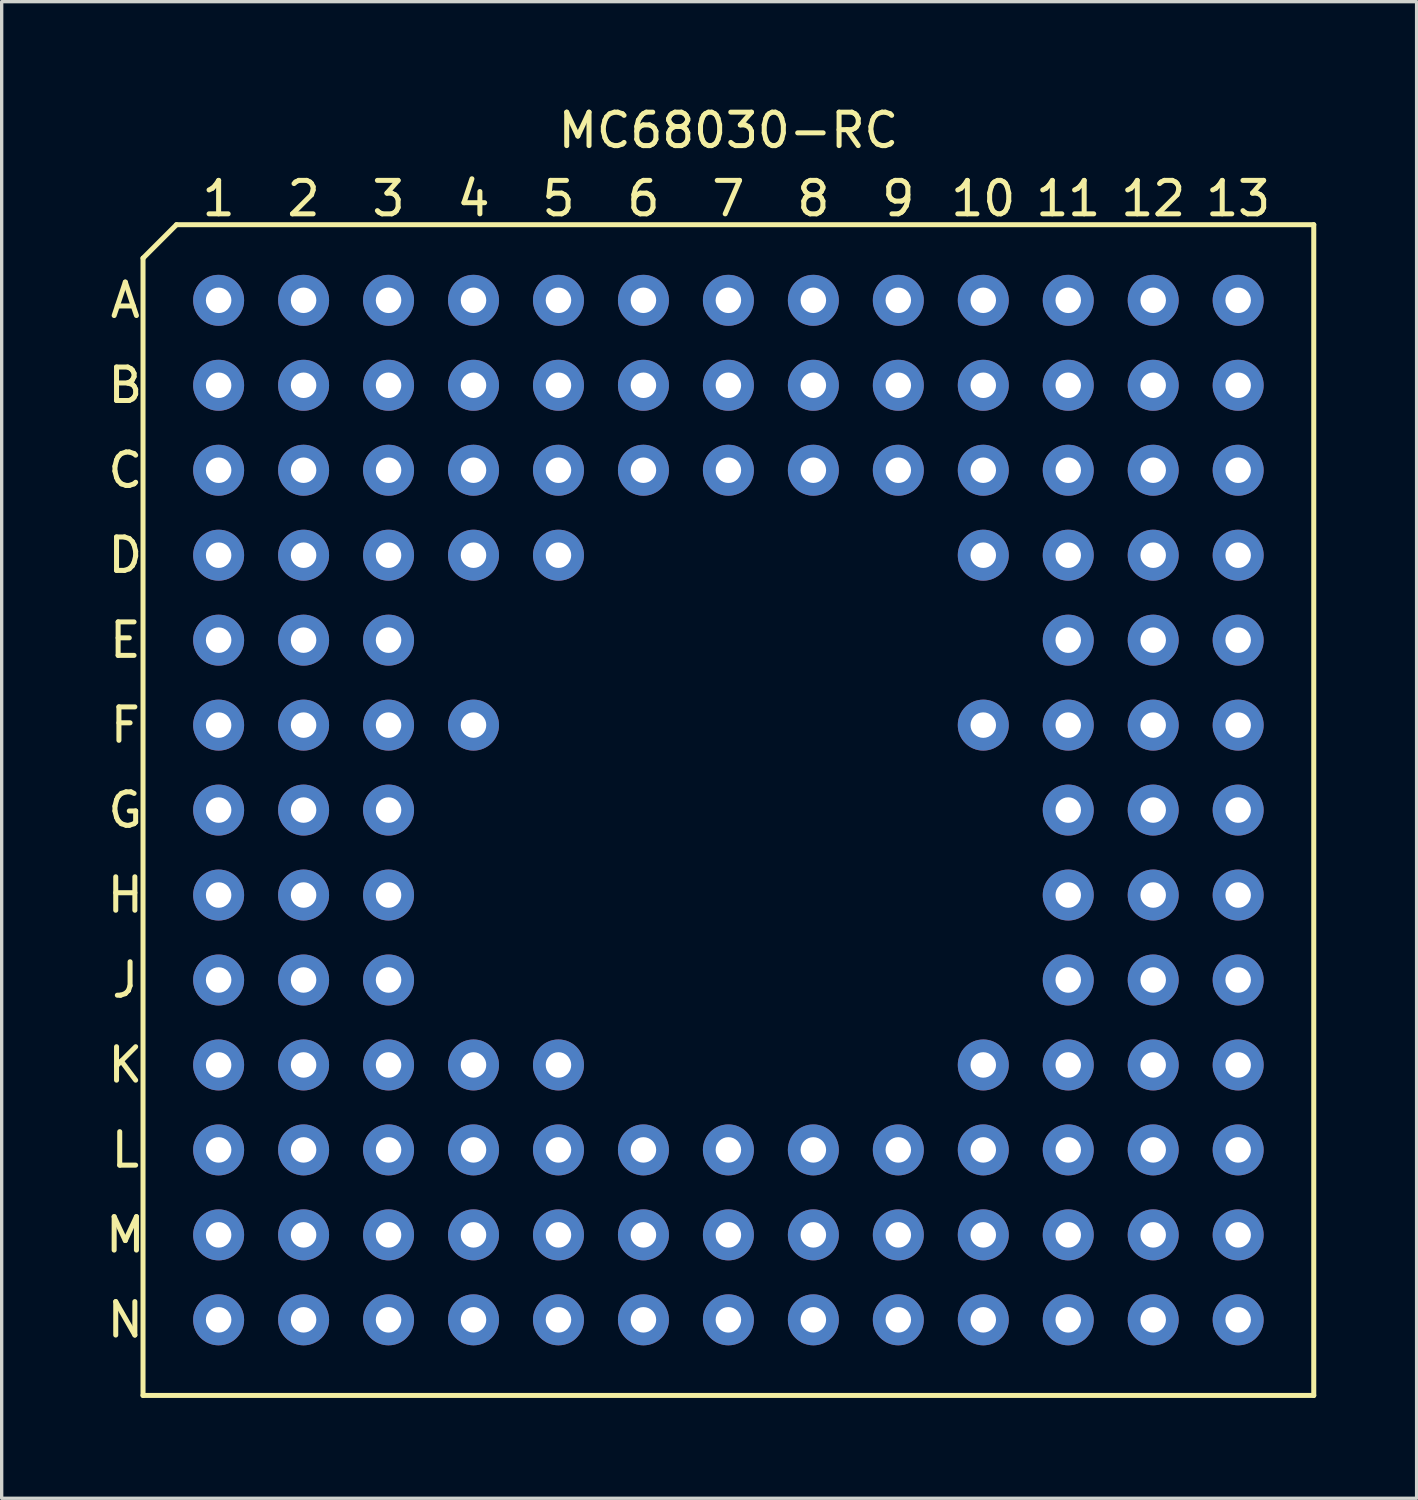
<source format=kicad_pcb>
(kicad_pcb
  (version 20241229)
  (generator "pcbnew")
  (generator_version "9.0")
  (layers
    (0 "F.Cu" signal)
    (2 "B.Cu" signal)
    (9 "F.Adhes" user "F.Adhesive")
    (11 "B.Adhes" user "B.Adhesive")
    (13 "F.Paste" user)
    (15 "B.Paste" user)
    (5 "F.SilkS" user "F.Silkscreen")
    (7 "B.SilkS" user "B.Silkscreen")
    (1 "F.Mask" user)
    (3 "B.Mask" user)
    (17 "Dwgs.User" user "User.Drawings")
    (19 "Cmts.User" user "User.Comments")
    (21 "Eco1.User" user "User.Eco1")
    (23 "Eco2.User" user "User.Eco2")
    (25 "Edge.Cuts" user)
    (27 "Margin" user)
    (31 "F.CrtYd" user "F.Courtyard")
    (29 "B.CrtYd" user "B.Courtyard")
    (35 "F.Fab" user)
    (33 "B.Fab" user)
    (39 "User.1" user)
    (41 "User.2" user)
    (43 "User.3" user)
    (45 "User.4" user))
  (footprint "MC68030-RC"
    (layer "F.Cu")
    (at 18.726 21.168)
    (property "Reference" "MC68030-RC" (at 0 -20.32 0) (layer "F.SilkS") (effects (font (size 1 1) (thickness 0.15))))
    (attr through_hole)
    (fp_line (start -17.5 -16.5) (end -17.5 17.5) (stroke (width 0.15) (type solid)) (layer "F.SilkS"))
    (fp_line (start -17.5 -16.5) (end -16.5 -17.5) (stroke (width 0.15) (type solid)) (layer "F.SilkS"))
    (fp_line (start -17.5 17.5) (end 17.5 17.5) (stroke (width 0.15) (type solid)) (layer "F.SilkS"))
    (fp_line (start 17.5 -17.5) (end -16.5 -17.5) (stroke (width 0.15) (type solid)) (layer "F.SilkS"))
    (fp_line (start 17.5 17.5) (end 17.5 -17.5) (stroke (width 0.15) (type solid)) (layer "F.SilkS"))
    (fp_text user "A" (at -18.03 -15.24 180) (layer "F.SilkS") (effects (font (size 1 1) (thickness 0.15))))
    (fp_text user "5" (at -5.08 -18.28 180) (layer "F.SilkS") (effects (font (size 1 1) (thickness 0.15))))
    (fp_text user "D" (at -18.03 -7.62 180) (layer "F.SilkS") (effects (font (size 1 1) (thickness 0.15))))
    (fp_text user "M" (at -18.03 12.7 180) (layer "F.SilkS") (effects (font (size 1 1) (thickness 0.15))))
    (fp_text user "4" (at -7.62 -18.28 180) (layer "F.SilkS") (effects (font (size 1 1) (thickness 0.15))))
    (fp_text user "2" (at -12.7 -18.28 180) (layer "F.SilkS") (effects (font (size 1 1) (thickness 0.15))))
    (fp_text user "13" (at 15.24 -18.28 180) (layer "F.SilkS") (effects (font (size 1 1) (thickness 0.15))))
    (fp_text user "B" (at -18.03 -12.7 180) (layer "F.SilkS") (effects (font (size 1 1) (thickness 0.15))))
    (fp_text user "G" (at -18.03 0 180) (layer "F.SilkS") (effects (font (size 1 1) (thickness 0.15))))
    (fp_text user "12" (at 12.7 -18.28 180) (layer "F.SilkS") (effects (font (size 1 1) (thickness 0.15))))
    (fp_text user "8" (at 2.54 -18.28 180) (layer "F.SilkS") (effects (font (size 1 1) (thickness 0.15))))
    (fp_text user "E" (at -18.03 -5.08 180) (layer "F.SilkS") (effects (font (size 1 1) (thickness 0.15))))
    (fp_text user "1" (at -15.24 -18.28 180) (layer "F.SilkS") (effects (font (size 1 1) (thickness 0.15))))
    (fp_text user "F" (at -18.03 -2.54 180) (layer "F.SilkS") (effects (font (size 1 1) (thickness 0.15))))
    (fp_text user "3" (at -10.16 -18.28 180) (layer "F.SilkS") (effects (font (size 1 1) (thickness 0.15))))
    (fp_text user "9" (at 5.08 -18.28 180) (layer "F.SilkS") (effects (font (size 1 1) (thickness 0.15))))
    (fp_text user "N" (at -18.03 15.24 180) (layer "F.SilkS") (effects (font (size 1 1) (thickness 0.15))))
    (fp_text user "K" (at -18.03 7.62 180) (layer "F.SilkS") (effects (font (size 1 1) (thickness 0.15))))
    (fp_text user "L" (at -18.03 10.16 180) (layer "F.SilkS") (effects (font (size 1 1) (thickness 0.15))))
    (fp_text user "7" (at 0 -18.28 180) (layer "F.SilkS") (effects (font (size 1 1) (thickness 0.15))))
    (fp_text user "10" (at 7.62 -18.28 180) (layer "F.SilkS") (effects (font (size 1 1) (thickness 0.15))))
    (fp_text user "C" (at -18.03 -10.16 180) (layer "F.SilkS") (effects (font (size 1 1) (thickness 0.15))))
    (fp_text user "J" (at -18.03 5.08 180) (layer "F.SilkS") (effects (font (size 1 1) (thickness 0.15))))
    (fp_text user "6" (at -2.54 -18.28 180) (layer "F.SilkS") (effects (font (size 1 1) (thickness 0.15))))
    (fp_text user "11" (at 10.16 -18.28 180) (layer "F.SilkS") (effects (font (size 1 1) (thickness 0.15))))
    (fp_text user "H" (at -18.03 2.54 180) (layer "F.SilkS") (effects (font (size 1 1) (thickness 0.15))))
    (pad "A1" thru_hole circle (at -15.24 -15.24 270) (size 1.524 1.524) (drill 0.762) (layers "*.Cu" "*.Mask"))
    (pad "A2" thru_hole circle (at -12.7 -15.24 270) (size 1.524 1.524) (drill 0.762) (layers "*.Cu" "*.Mask"))
    (pad "A3" thru_hole circle (at -10.16 -15.24 270) (size 1.524 1.524) (drill 0.762) (layers "*.Cu" "*.Mask"))
    (pad "A4" thru_hole circle (at -7.62 -15.24 270) (size 1.524 1.524) (drill 0.762) (layers "*.Cu" "*.Mask"))
    (pad "A5" thru_hole circle (at -5.08 -15.24 270) (size 1.524 1.524) (drill 0.762) (layers "*.Cu" "*.Mask"))
    (pad "A6" thru_hole circle (at -2.54 -15.24 270) (size 1.524 1.524) (drill 0.762) (layers "*.Cu" "*.Mask"))
    (pad "A7" thru_hole circle (at 0 -15.24 270) (size 1.524 1.524) (drill 0.762) (layers "*.Cu" "*.Mask"))
    (pad "A8" thru_hole circle (at 2.54 -15.24 270) (size 1.524 1.524) (drill 0.762) (layers "*.Cu" "*.Mask"))
    (pad "A9" thru_hole circle (at 5.08 -15.24 270) (size 1.524 1.524) (drill 0.762) (layers "*.Cu" "*.Mask"))
    (pad "A10" thru_hole circle (at 7.62 -15.24 270) (size 1.524 1.524) (drill 0.762) (layers "*.Cu" "*.Mask"))
    (pad "A11" thru_hole circle (at 10.16 -15.24 270) (size 1.524 1.524) (drill 0.762) (layers "*.Cu" "*.Mask"))
    (pad "A12" thru_hole circle (at 12.7 -15.24 270) (size 1.524 1.524) (drill 0.762) (layers "*.Cu" "*.Mask"))
    (pad "A13" thru_hole circle (at 15.24 -15.24 270) (size 1.524 1.524) (drill 0.762) (layers "*.Cu" "*.Mask"))
    (pad "B1" thru_hole circle (at -15.24 -12.7 270) (size 1.524 1.524) (drill 0.762) (layers "*.Cu" "*.Mask"))
    (pad "B2" thru_hole circle (at -12.7 -12.7 270) (size 1.524 1.524) (drill 0.762) (layers "*.Cu" "*.Mask"))
    (pad "B3" thru_hole circle (at -10.16 -12.7 270) (size 1.524 1.524) (drill 0.762) (layers "*.Cu" "*.Mask"))
    (pad "B4" thru_hole circle (at -7.62 -12.7 270) (size 1.524 1.524) (drill 0.762) (layers "*.Cu" "*.Mask"))
    (pad "B5" thru_hole circle (at -5.08 -12.7 270) (size 1.524 1.524) (drill 0.762) (layers "*.Cu" "*.Mask"))
    (pad "B6" thru_hole circle (at -2.54 -12.7 270) (size 1.524 1.524) (drill 0.762) (layers "*.Cu" "*.Mask"))
    (pad "B7" thru_hole circle (at 0 -12.7 270) (size 1.524 1.524) (drill 0.762) (layers "*.Cu" "*.Mask"))
    (pad "B8" thru_hole circle (at 2.54 -12.7 270) (size 1.524 1.524) (drill 0.762) (layers "*.Cu" "*.Mask"))
    (pad "B9" thru_hole circle (at 5.08 -12.7 270) (size 1.524 1.524) (drill 0.762) (layers "*.Cu" "*.Mask"))
    (pad "B10" thru_hole circle (at 7.62 -12.7 270) (size 1.524 1.524) (drill 0.762) (layers "*.Cu" "*.Mask"))
    (pad "B11" thru_hole circle (at 10.16 -12.7 270) (size 1.524 1.524) (drill 0.762) (layers "*.Cu" "*.Mask"))
    (pad "B12" thru_hole circle (at 12.7 -12.7 270) (size 1.524 1.524) (drill 0.762) (layers "*.Cu" "*.Mask"))
    (pad "B13" thru_hole circle (at 15.24 -12.7 270) (size 1.524 1.524) (drill 0.762) (layers "*.Cu" "*.Mask"))
    (pad "C1" thru_hole circle (at -15.24 -10.16 270) (size 1.524 1.524) (drill 0.762) (layers "*.Cu" "*.Mask"))
    (pad "C2" thru_hole circle (at -12.7 -10.16 270) (size 1.524 1.524) (drill 0.762) (layers "*.Cu" "*.Mask"))
    (pad "C3" thru_hole circle (at -10.16 -10.16 270) (size 1.524 1.524) (drill 0.762) (layers "*.Cu" "*.Mask"))
    (pad "C4" thru_hole circle (at -7.62 -10.16 270) (size 1.524 1.524) (drill 0.762) (layers "*.Cu" "*.Mask"))
    (pad "C5" thru_hole circle (at -5.08 -10.16 270) (size 1.524 1.524) (drill 0.762) (layers "*.Cu" "*.Mask"))
    (pad "C6" thru_hole circle (at -2.54 -10.16 270) (size 1.524 1.524) (drill 0.762) (layers "*.Cu" "*.Mask"))
    (pad "C7" thru_hole circle (at 0 -10.16 270) (size 1.524 1.524) (drill 0.762) (layers "*.Cu" "*.Mask"))
    (pad "C8" thru_hole circle (at 2.54 -10.16 270) (size 1.524 1.524) (drill 0.762) (layers "*.Cu" "*.Mask"))
    (pad "C9" thru_hole circle (at 5.08 -10.16 270) (size 1.524 1.524) (drill 0.762) (layers "*.Cu" "*.Mask"))
    (pad "C10" thru_hole circle (at 7.62 -10.16 270) (size 1.524 1.524) (drill 0.762) (layers "*.Cu" "*.Mask"))
    (pad "C11" thru_hole circle (at 10.16 -10.16 270) (size 1.524 1.524) (drill 0.762) (layers "*.Cu" "*.Mask"))
    (pad "C12" thru_hole circle (at 12.7 -10.16 270) (size 1.524 1.524) (drill 0.762) (layers "*.Cu" "*.Mask"))
    (pad "C13" thru_hole circle (at 15.24 -10.16 270) (size 1.524 1.524) (drill 0.762) (layers "*.Cu" "*.Mask"))
    (pad "D1" thru_hole circle (at -15.24 -7.62 270) (size 1.524 1.524) (drill 0.762) (layers "*.Cu" "*.Mask"))
    (pad "D2" thru_hole circle (at -12.7 -7.62 270) (size 1.524 1.524) (drill 0.762) (layers "*.Cu" "*.Mask"))
    (pad "D3" thru_hole circle (at -10.16 -7.62 270) (size 1.524 1.524) (drill 0.762) (layers "*.Cu" "*.Mask"))
    (pad "D4" thru_hole circle (at -7.62 -7.62 270) (size 1.524 1.524) (drill 0.762) (layers "*.Cu" "*.Mask"))
    (pad "D5" thru_hole circle (at -5.08 -7.62 270) (size 1.524 1.524) (drill 0.762) (layers "*.Cu" "*.Mask"))
    (pad "D10" thru_hole circle (at 7.62 -7.62 270) (size 1.524 1.524) (drill 0.762) (layers "*.Cu" "*.Mask"))
    (pad "D11" thru_hole circle (at 10.16 -7.62 270) (size 1.524 1.524) (drill 0.762) (layers "*.Cu" "*.Mask"))
    (pad "D12" thru_hole circle (at 12.7 -7.62 270) (size 1.524 1.524) (drill 0.762) (layers "*.Cu" "*.Mask"))
    (pad "D13" thru_hole circle (at 15.24 -7.62 270) (size 1.524 1.524) (drill 0.762) (layers "*.Cu" "*.Mask"))
    (pad "E1" thru_hole circle (at -15.24 -5.08 270) (size 1.524 1.524) (drill 0.762) (layers "*.Cu" "*.Mask"))
    (pad "E2" thru_hole circle (at -12.7 -5.08 270) (size 1.524 1.524) (drill 0.762) (layers "*.Cu" "*.Mask"))
    (pad "E3" thru_hole circle (at -10.16 -5.08 270) (size 1.524 1.524) (drill 0.762) (layers "*.Cu" "*.Mask"))
    (pad "E11" thru_hole circle (at 10.16 -5.08 270) (size 1.524 1.524) (drill 0.762) (layers "*.Cu" "*.Mask"))
    (pad "E12" thru_hole circle (at 12.7 -5.08 270) (size 1.524 1.524) (drill 0.762) (layers "*.Cu" "*.Mask"))
    (pad "E13" thru_hole circle (at 15.24 -5.08 270) (size 1.524 1.524) (drill 0.762) (layers "*.Cu" "*.Mask"))
    (pad "F1" thru_hole circle (at -15.24 -2.54 270) (size 1.524 1.524) (drill 0.762) (layers "*.Cu" "*.Mask"))
    (pad "F2" thru_hole circle (at -12.7 -2.54 270) (size 1.524 1.524) (drill 0.762) (layers "*.Cu" "*.Mask"))
    (pad "F3" thru_hole circle (at -10.16 -2.54 270) (size 1.524 1.524) (drill 0.762) (layers "*.Cu" "*.Mask"))
    (pad "F4" thru_hole circle (at -7.62 -2.54 270) (size 1.524 1.524) (drill 0.762) (layers "*.Cu" "*.Mask"))
    (pad "F10" thru_hole circle (at 7.62 -2.54 270) (size 1.524 1.524) (drill 0.762) (layers "*.Cu" "*.Mask"))
    (pad "F11" thru_hole circle (at 10.16 -2.54 270) (size 1.524 1.524) (drill 0.762) (layers "*.Cu" "*.Mask"))
    (pad "F12" thru_hole circle (at 12.7 -2.54 270) (size 1.524 1.524) (drill 0.762) (layers "*.Cu" "*.Mask"))
    (pad "F13" thru_hole circle (at 15.24 -2.54 270) (size 1.524 1.524) (drill 0.762) (layers "*.Cu" "*.Mask"))
    (pad "G1" thru_hole circle (at -15.24 0 270) (size 1.524 1.524) (drill 0.762) (layers "*.Cu" "*.Mask"))
    (pad "G2" thru_hole circle (at -12.7 0 270) (size 1.524 1.524) (drill 0.762) (layers "*.Cu" "*.Mask"))
    (pad "G3" thru_hole circle (at -10.16 0 270) (size 1.524 1.524) (drill 0.762) (layers "*.Cu" "*.Mask"))
    (pad "G11" thru_hole circle (at 10.16 0 270) (size 1.524 1.524) (drill 0.762) (layers "*.Cu" "*.Mask"))
    (pad "G12" thru_hole circle (at 12.7 0 270) (size 1.524 1.524) (drill 0.762) (layers "*.Cu" "*.Mask"))
    (pad "G13" thru_hole circle (at 15.24 0 270) (size 1.524 1.524) (drill 0.762) (layers "*.Cu" "*.Mask"))
    (pad "H1" thru_hole circle (at -15.24 2.54 270) (size 1.524 1.524) (drill 0.762) (layers "*.Cu" "*.Mask"))
    (pad "H2" thru_hole circle (at -12.7 2.54 270) (size 1.524 1.524) (drill 0.762) (layers "*.Cu" "*.Mask"))
    (pad "H3" thru_hole circle (at -10.16 2.54 270) (size 1.524 1.524) (drill 0.762) (layers "*.Cu" "*.Mask"))
    (pad "H11" thru_hole circle (at 10.16 2.54 270) (size 1.524 1.524) (drill 0.762) (layers "*.Cu" "*.Mask"))
    (pad "H12" thru_hole circle (at 12.7 2.54 270) (size 1.524 1.524) (drill 0.762) (layers "*.Cu" "*.Mask"))
    (pad "H13" thru_hole circle (at 15.24 2.54 270) (size 1.524 1.524) (drill 0.762) (layers "*.Cu" "*.Mask"))
    (pad "J1" thru_hole circle (at -15.24 5.08 270) (size 1.524 1.524) (drill 0.762) (layers "*.Cu" "*.Mask"))
    (pad "J2" thru_hole circle (at -12.7 5.08 270) (size 1.524 1.524) (drill 0.762) (layers "*.Cu" "*.Mask"))
    (pad "J3" thru_hole circle (at -10.16 5.08 270) (size 1.524 1.524) (drill 0.762) (layers "*.Cu" "*.Mask"))
    (pad "J11" thru_hole circle (at 10.16 5.08 270) (size 1.524 1.524) (drill 0.762) (layers "*.Cu" "*.Mask"))
    (pad "J12" thru_hole circle (at 12.7 5.08 270) (size 1.524 1.524) (drill 0.762) (layers "*.Cu" "*.Mask"))
    (pad "J13" thru_hole circle (at 15.24 5.08 270) (size 1.524 1.524) (drill 0.762) (layers "*.Cu" "*.Mask"))
    (pad "K1" thru_hole circle (at -15.24 7.62 270) (size 1.524 1.524) (drill 0.762) (layers "*.Cu" "*.Mask"))
    (pad "K2" thru_hole circle (at -12.7 7.62 270) (size 1.524 1.524) (drill 0.762) (layers "*.Cu" "*.Mask"))
    (pad "K3" thru_hole circle (at -10.16 7.62 270) (size 1.524 1.524) (drill 0.762) (layers "*.Cu" "*.Mask"))
    (pad "K4" thru_hole circle (at -7.62 7.62 270) (size 1.524 1.524) (drill 0.762) (layers "*.Cu" "*.Mask"))
    (pad "K5" thru_hole circle (at -5.08 7.62 270) (size 1.524 1.524) (drill 0.762) (layers "*.Cu" "*.Mask"))
    (pad "K10" thru_hole circle (at 7.62 7.62 270) (size 1.524 1.524) (drill 0.762) (layers "*.Cu" "*.Mask"))
    (pad "K11" thru_hole circle (at 10.16 7.62 270) (size 1.524 1.524) (drill 0.762) (layers "*.Cu" "*.Mask"))
    (pad "K12" thru_hole circle (at 12.7 7.62 270) (size 1.524 1.524) (drill 0.762) (layers "*.Cu" "*.Mask"))
    (pad "K13" thru_hole circle (at 15.24 7.62 270) (size 1.524 1.524) (drill 0.762) (layers "*.Cu" "*.Mask"))
    (pad "L1" thru_hole circle (at -15.24 10.16 270) (size 1.524 1.524) (drill 0.762) (layers "*.Cu" "*.Mask"))
    (pad "L2" thru_hole circle (at -12.7 10.16 270) (size 1.524 1.524) (drill 0.762) (layers "*.Cu" "*.Mask"))
    (pad "L3" thru_hole circle (at -10.16 10.16 270) (size 1.524 1.524) (drill 0.762) (layers "*.Cu" "*.Mask"))
    (pad "L4" thru_hole circle (at -7.62 10.16 270) (size 1.524 1.524) (drill 0.762) (layers "*.Cu" "*.Mask"))
    (pad "L5" thru_hole circle (at -5.08 10.16 270) (size 1.524 1.524) (drill 0.762) (layers "*.Cu" "*.Mask"))
    (pad "L6" thru_hole circle (at -2.54 10.16 270) (size 1.524 1.524) (drill 0.762) (layers "*.Cu" "*.Mask"))
    (pad "L7" thru_hole circle (at 0 10.16 270) (size 1.524 1.524) (drill 0.762) (layers "*.Cu" "*.Mask"))
    (pad "L8" thru_hole circle (at 2.54 10.16 270) (size 1.524 1.524) (drill 0.762) (layers "*.Cu" "*.Mask"))
    (pad "L9" thru_hole circle (at 5.08 10.16 270) (size 1.524 1.524) (drill 0.762) (layers "*.Cu" "*.Mask"))
    (pad "L10" thru_hole circle (at 7.62 10.16 270) (size 1.524 1.524) (drill 0.762) (layers "*.Cu" "*.Mask"))
    (pad "L11" thru_hole circle (at 10.16 10.16 270) (size 1.524 1.524) (drill 0.762) (layers "*.Cu" "*.Mask"))
    (pad "L12" thru_hole circle (at 12.7 10.16 270) (size 1.524 1.524) (drill 0.762) (layers "*.Cu" "*.Mask"))
    (pad "L13" thru_hole circle (at 15.24 10.16 270) (size 1.524 1.524) (drill 0.762) (layers "*.Cu" "*.Mask"))
    (pad "M1" thru_hole circle (at -15.24 12.7 270) (size 1.524 1.524) (drill 0.762) (layers "*.Cu" "*.Mask"))
    (pad "M2" thru_hole circle (at -12.7 12.7 270) (size 1.524 1.524) (drill 0.762) (layers "*.Cu" "*.Mask"))
    (pad "M3" thru_hole circle (at -10.16 12.7 270) (size 1.524 1.524) (drill 0.762) (layers "*.Cu" "*.Mask"))
    (pad "M4" thru_hole circle (at -7.62 12.7 270) (size 1.524 1.524) (drill 0.762) (layers "*.Cu" "*.Mask"))
    (pad "M5" thru_hole circle (at -5.08 12.7 270) (size 1.524 1.524) (drill 0.762) (layers "*.Cu" "*.Mask"))
    (pad "M6" thru_hole circle (at -2.54 12.7 270) (size 1.524 1.524) (drill 0.762) (layers "*.Cu" "*.Mask"))
    (pad "M7" thru_hole circle (at 0 12.7 270) (size 1.524 1.524) (drill 0.762) (layers "*.Cu" "*.Mask"))
    (pad "M8" thru_hole circle (at 2.54 12.7 270) (size 1.524 1.524) (drill 0.762) (layers "*.Cu" "*.Mask"))
    (pad "M9" thru_hole circle (at 5.08 12.7 270) (size 1.524 1.524) (drill 0.762) (layers "*.Cu" "*.Mask"))
    (pad "M10" thru_hole circle (at 7.62 12.7 270) (size 1.524 1.524) (drill 0.762) (layers "*.Cu" "*.Mask"))
    (pad "M11" thru_hole circle (at 10.16 12.7 270) (size 1.524 1.524) (drill 0.762) (layers "*.Cu" "*.Mask"))
    (pad "M12" thru_hole circle (at 12.7 12.7 270) (size 1.524 1.524) (drill 0.762) (layers "*.Cu" "*.Mask"))
    (pad "M13" thru_hole circle (at 15.24 12.7 270) (size 1.524 1.524) (drill 0.762) (layers "*.Cu" "*.Mask"))
    (pad "N1" thru_hole circle (at -15.24 15.24 270) (size 1.524 1.524) (drill 0.762) (layers "*.Cu" "*.Mask"))
    (pad "N2" thru_hole circle (at -12.7 15.24 270) (size 1.524 1.524) (drill 0.762) (layers "*.Cu" "*.Mask"))
    (pad "N3" thru_hole circle (at -10.16 15.24 270) (size 1.524 1.524) (drill 0.762) (layers "*.Cu" "*.Mask"))
    (pad "N4" thru_hole circle (at -7.62 15.24 270) (size 1.524 1.524) (drill 0.762) (layers "*.Cu" "*.Mask"))
    (pad "N5" thru_hole circle (at -5.08 15.24 270) (size 1.524 1.524) (drill 0.762) (layers "*.Cu" "*.Mask"))
    (pad "N6" thru_hole circle (at -2.54 15.24 270) (size 1.524 1.524) (drill 0.762) (layers "*.Cu" "*.Mask"))
    (pad "N7" thru_hole circle (at 0 15.24 270) (size 1.524 1.524) (drill 0.762) (layers "*.Cu" "*.Mask"))
    (pad "N8" thru_hole circle (at 2.54 15.24 270) (size 1.524 1.524) (drill 0.762) (layers "*.Cu" "*.Mask"))
    (pad "N9" thru_hole circle (at 5.08 15.24 270) (size 1.524 1.524) (drill 0.762) (layers "*.Cu" "*.Mask"))
    (pad "N10" thru_hole circle (at 7.62 15.24 270) (size 1.524 1.524) (drill 0.762) (layers "*.Cu" "*.Mask"))
    (pad "N11" thru_hole circle (at 10.16 15.24 270) (size 1.524 1.524) (drill 0.762) (layers "*.Cu" "*.Mask"))
    (pad "N12" thru_hole circle (at 12.7 15.24 270) (size 1.524 1.524) (drill 0.762) (layers "*.Cu" "*.Mask"))
    (pad "N13" thru_hole circle (at 15.24 15.24 270) (size 1.524 1.524) (drill 0.762) (layers "*.Cu" "*.Mask")))
  (gr_rect
    (start -3 -3)
    (end 39.301 41.743)
    (stroke (width 0.1) (type default))
    (fill no)
    (layer "Edge.Cuts")))
</source>
